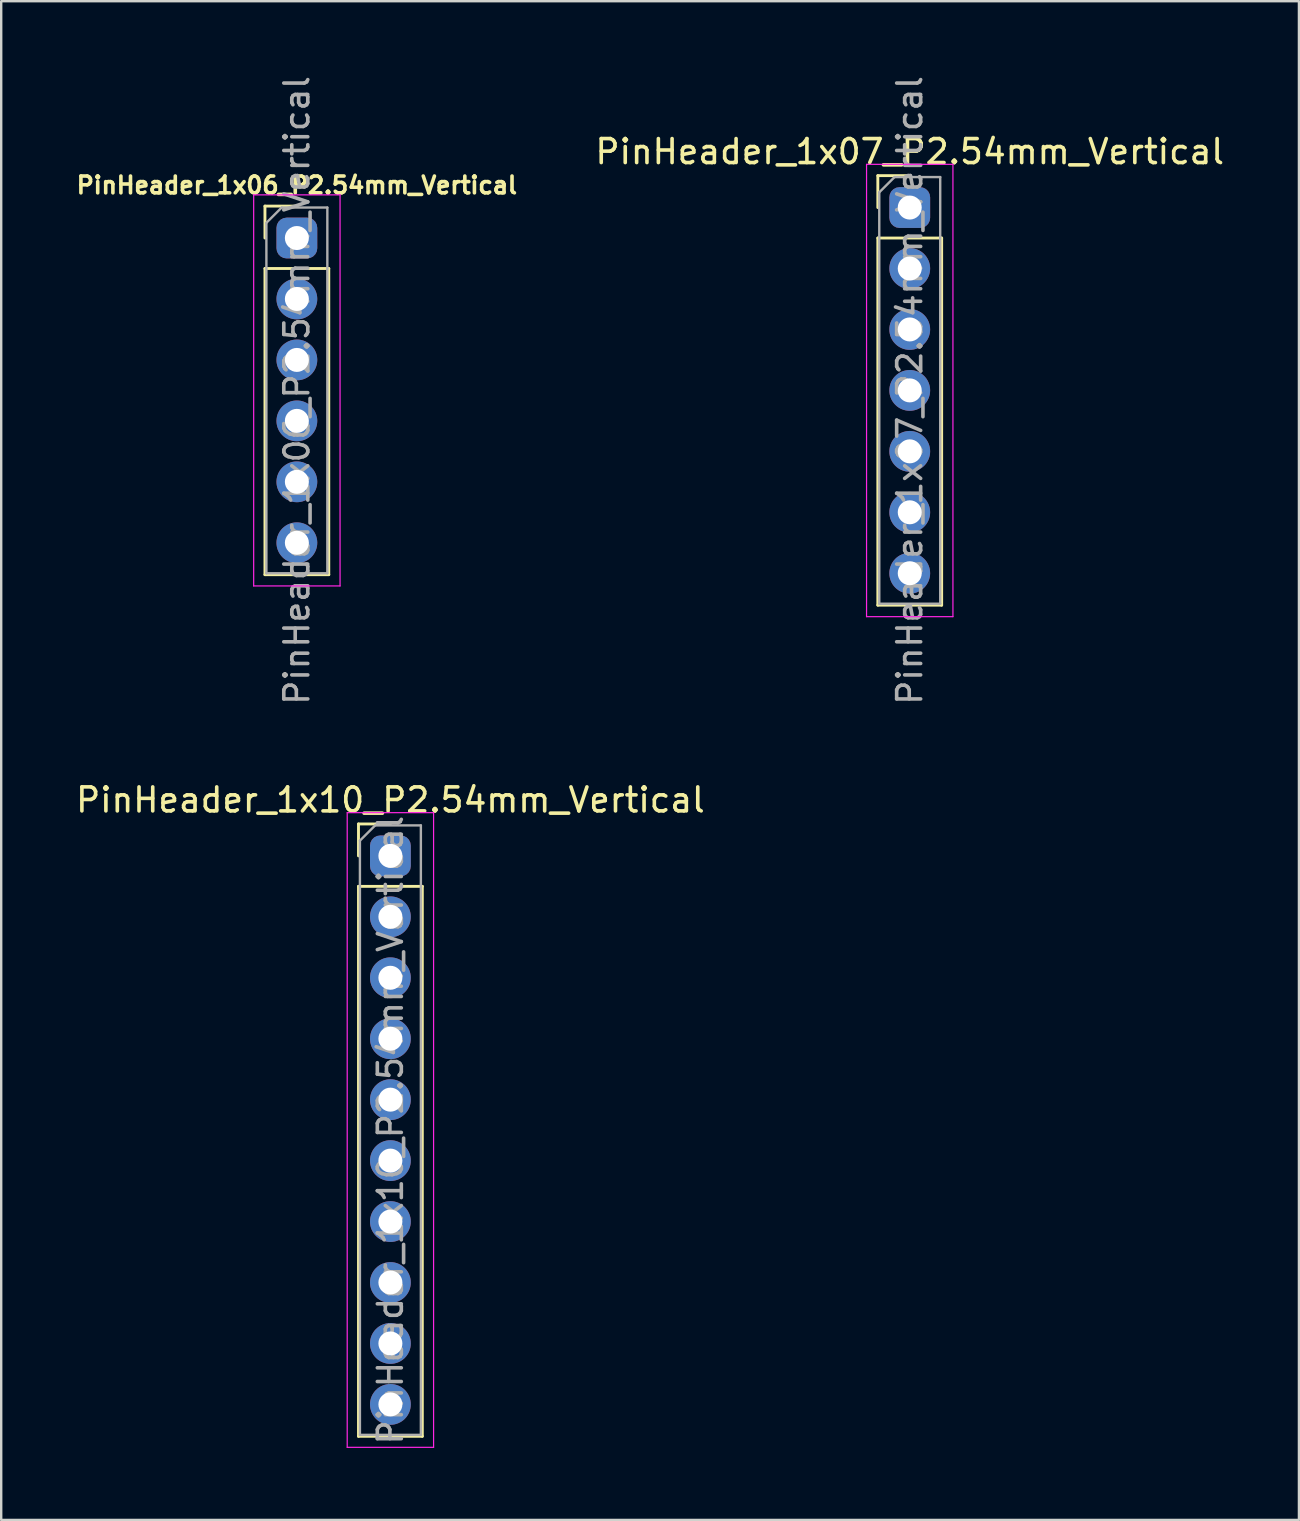
<source format=kicad_pcb>
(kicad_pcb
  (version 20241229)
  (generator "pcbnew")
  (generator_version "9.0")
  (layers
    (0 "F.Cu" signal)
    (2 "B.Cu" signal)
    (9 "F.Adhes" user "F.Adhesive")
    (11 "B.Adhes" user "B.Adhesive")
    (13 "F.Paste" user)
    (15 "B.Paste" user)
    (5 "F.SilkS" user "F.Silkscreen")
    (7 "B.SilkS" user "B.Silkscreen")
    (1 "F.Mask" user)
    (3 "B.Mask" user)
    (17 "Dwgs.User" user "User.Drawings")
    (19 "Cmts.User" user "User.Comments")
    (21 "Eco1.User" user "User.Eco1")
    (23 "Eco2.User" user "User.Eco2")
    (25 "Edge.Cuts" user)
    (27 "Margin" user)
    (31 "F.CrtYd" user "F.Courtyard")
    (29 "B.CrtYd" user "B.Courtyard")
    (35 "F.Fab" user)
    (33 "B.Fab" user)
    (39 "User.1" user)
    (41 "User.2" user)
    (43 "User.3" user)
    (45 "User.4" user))
  (footprint "PinHeader_1x06_P2.54mm_Vertical"
    (layer "F.Cu")
    (at 9.322 6.87)
    (property "Reference" "PinHeader_1x06_P2.54mm_Vertical" (at 0 -2.2 0) (layer "F.SilkS") (effects (font (size 0.7 0.7) (thickness 0.15))))
    (attr through_hole)
    (fp_line (start -1.33 -1.33) (end 0 -1.33) (stroke (width 0.12) (type solid)) (layer "F.SilkS"))
    (fp_line (start -1.33 0) (end -1.33 -1.33) (stroke (width 0.12) (type solid)) (layer "F.SilkS"))
    (fp_line (start -1.33 1.27) (end -1.33 14.03) (stroke (width 0.12) (type solid)) (layer "F.SilkS"))
    (fp_line (start -1.33 1.27) (end 1.33 1.27) (stroke (width 0.12) (type solid)) (layer "F.SilkS"))
    (fp_line (start -1.33 14.03) (end 1.33 14.03) (stroke (width 0.12) (type solid)) (layer "F.SilkS"))
    (fp_line (start 1.33 1.27) (end 1.33 14.03) (stroke (width 0.12) (type solid)) (layer "F.SilkS"))
    (fp_line (start -1.8 -1.8) (end -1.8 14.5) (stroke (width 0.05) (type solid)) (layer "F.CrtYd"))
    (fp_line (start -1.8 14.5) (end 1.8 14.5) (stroke (width 0.05) (type solid)) (layer "F.CrtYd"))
    (fp_line (start 1.8 -1.8) (end -1.8 -1.8) (stroke (width 0.05) (type solid)) (layer "F.CrtYd"))
    (fp_line (start 1.8 14.5) (end 1.8 -1.8) (stroke (width 0.05) (type solid)) (layer "F.CrtYd"))
    (fp_line (start -1.27 -0.635) (end -0.635 -1.27) (stroke (width 0.1) (type solid)) (layer "F.Fab"))
    (fp_line (start -1.27 13.97) (end -1.27 -0.635) (stroke (width 0.1) (type solid)) (layer "F.Fab"))
    (fp_line (start -0.635 -1.27) (end 1.27 -1.27) (stroke (width 0.1) (type solid)) (layer "F.Fab"))
    (fp_line (start 1.27 -1.27) (end 1.27 13.97) (stroke (width 0.1) (type solid)) (layer "F.Fab"))
    (fp_line (start 1.27 13.97) (end -1.27 13.97) (stroke (width 0.1) (type solid)) (layer "F.Fab"))
    (fp_text user "${REFERENCE}" (at 0 6.35 90) (layer "F.Fab") (effects (font (size 1 1) (thickness 0.15))))
    (pad "1" thru_hole roundrect (at 0 0) (size 1.7 1.7) (drill 1) (layers "*.Cu" "*.Mask") (roundrect_rratio 0.25))
    (pad "2" thru_hole oval (at 0 2.54) (size 1.7 1.7) (drill 1) (layers "*.Cu" "*.Mask"))
    (pad "3" thru_hole oval (at 0 5.08) (size 1.7 1.7) (drill 1) (layers "*.Cu" "*.Mask"))
    (pad "4" thru_hole oval (at 0 7.62) (size 1.7 1.7) (drill 1) (layers "*.Cu" "*.Mask"))
    (pad "5" thru_hole oval (at 0 10.16) (size 1.7 1.7) (drill 1) (layers "*.Cu" "*.Mask"))
    (pad "6" thru_hole oval (at 0 12.7) (size 1.7 1.7) (drill 1) (layers "*.Cu" "*.Mask")))
  (footprint "PinHeader_1x07_P2.54mm_Vertical"
    (layer "F.Cu")
    (at 34.864 5.6)
    (property "Reference" "PinHeader_1x07_P2.54mm_Vertical" (at 0 -2.33 0) (layer "F.SilkS") (effects (font (size 1 1) (thickness 0.15))))
    (attr through_hole)
    (fp_line (start -1.33 -1.33) (end 0 -1.33) (stroke (width 0.12) (type solid)) (layer "F.SilkS"))
    (fp_line (start -1.33 0) (end -1.33 -1.33) (stroke (width 0.12) (type solid)) (layer "F.SilkS"))
    (fp_line (start -1.33 1.27) (end -1.33 16.57) (stroke (width 0.12) (type solid)) (layer "F.SilkS"))
    (fp_line (start -1.33 1.27) (end 1.33 1.27) (stroke (width 0.12) (type solid)) (layer "F.SilkS"))
    (fp_line (start -1.33 16.57) (end 1.33 16.57) (stroke (width 0.12) (type solid)) (layer "F.SilkS"))
    (fp_line (start 1.33 1.27) (end 1.33 16.57) (stroke (width 0.12) (type solid)) (layer "F.SilkS"))
    (fp_line (start -1.8 -1.8) (end -1.8 17.05) (stroke (width 0.05) (type solid)) (layer "F.CrtYd"))
    (fp_line (start -1.8 17.05) (end 1.8 17.05) (stroke (width 0.05) (type solid)) (layer "F.CrtYd"))
    (fp_line (start 1.8 -1.8) (end -1.8 -1.8) (stroke (width 0.05) (type solid)) (layer "F.CrtYd"))
    (fp_line (start 1.8 17.05) (end 1.8 -1.8) (stroke (width 0.05) (type solid)) (layer "F.CrtYd"))
    (fp_line (start -1.27 -0.635) (end -0.635 -1.27) (stroke (width 0.1) (type solid)) (layer "F.Fab"))
    (fp_line (start -1.27 16.51) (end -1.27 -0.635) (stroke (width 0.1) (type solid)) (layer "F.Fab"))
    (fp_line (start -0.635 -1.27) (end 1.27 -1.27) (stroke (width 0.1) (type solid)) (layer "F.Fab"))
    (fp_line (start 1.27 -1.27) (end 1.27 16.51) (stroke (width 0.1) (type solid)) (layer "F.Fab"))
    (fp_line (start 1.27 16.51) (end -1.27 16.51) (stroke (width 0.1) (type solid)) (layer "F.Fab"))
    (fp_text user "${REFERENCE}" (at 0 7.62 90) (layer "F.Fab") (effects (font (size 1 1) (thickness 0.15))))
    (pad "1" thru_hole roundrect (at 0 0) (size 1.7 1.7) (drill 1) (layers "*.Cu" "*.Mask") (roundrect_rratio 0.25))
    (pad "2" thru_hole oval (at 0 2.54) (size 1.7 1.7) (drill 1) (layers "*.Cu" "*.Mask"))
    (pad "3" thru_hole oval (at 0 5.08) (size 1.7 1.7) (drill 1) (layers "*.Cu" "*.Mask"))
    (pad "4" thru_hole oval (at 0 7.62) (size 1.7 1.7) (drill 1) (layers "*.Cu" "*.Mask"))
    (pad "5" thru_hole oval (at 0 10.16) (size 1.7 1.7) (drill 1) (layers "*.Cu" "*.Mask"))
    (pad "6" thru_hole oval (at 0 12.7) (size 1.7 1.7) (drill 1) (layers "*.Cu" "*.Mask"))
    (pad "7" thru_hole oval (at 0 15.24) (size 1.7 1.7) (drill 1) (layers "*.Cu" "*.Mask")))
  (footprint "PinHeader_1x10_P2.54mm_Vertical"
    (layer "F.Cu")
    (at 13.22 44.049)
    (property "Reference" "PinHeader_1x10_P2.54mm_Vertical" (at 0 -13.76 0) (layer "F.SilkS") (effects (font (size 1 1) (thickness 0.15))))
    (attr through_hole)
    (fp_line (start -1.33 -12.76) (end 0 -12.76) (stroke (width 0.12) (type solid)) (layer "F.SilkS"))
    (fp_line (start -1.33 -11.43) (end -1.33 -12.76) (stroke (width 0.12) (type solid)) (layer "F.SilkS"))
    (fp_line (start -1.33 -10.16) (end -1.33 12.76) (stroke (width 0.12) (type solid)) (layer "F.SilkS"))
    (fp_line (start -1.33 -10.16) (end 1.33 -10.16) (stroke (width 0.12) (type solid)) (layer "F.SilkS"))
    (fp_line (start -1.33 12.76) (end 1.33 12.76) (stroke (width 0.12) (type solid)) (layer "F.SilkS"))
    (fp_line (start 1.33 -10.16) (end 1.33 12.76) (stroke (width 0.12) (type solid)) (layer "F.SilkS"))
    (fp_line (start -1.8 -13.23) (end -1.8 13.22) (stroke (width 0.05) (type solid)) (layer "F.CrtYd"))
    (fp_line (start -1.8 13.22) (end 1.8 13.22) (stroke (width 0.05) (type solid)) (layer "F.CrtYd"))
    (fp_line (start 1.8 -13.23) (end -1.8 -13.23) (stroke (width 0.05) (type solid)) (layer "F.CrtYd"))
    (fp_line (start 1.8 13.22) (end 1.8 -13.23) (stroke (width 0.05) (type solid)) (layer "F.CrtYd"))
    (fp_line (start -1.27 -12.065) (end -0.635 -12.7) (stroke (width 0.1) (type solid)) (layer "F.Fab"))
    (fp_line (start -1.27 12.7) (end -1.27 -12.065) (stroke (width 0.1) (type solid)) (layer "F.Fab"))
    (fp_line (start -0.635 -12.7) (end 1.27 -12.7) (stroke (width 0.1) (type solid)) (layer "F.Fab"))
    (fp_line (start 1.27 -12.7) (end 1.27 12.7) (stroke (width 0.1) (type solid)) (layer "F.Fab"))
    (fp_line (start 1.27 12.7) (end -1.27 12.7) (stroke (width 0.1) (type solid)) (layer "F.Fab"))
    (fp_text user "${REFERENCE}" (at 0 0 90) (layer "F.Fab") (effects (font (size 1 1) (thickness 0.15))))
    (pad "1" thru_hole roundrect (at 0 -11.43) (size 1.7 1.7) (drill 1) (layers "*.Cu" "*.Mask") (roundrect_rratio 0.25))
    (pad "2" thru_hole oval (at 0 -8.89) (size 1.7 1.7) (drill 1) (layers "*.Cu" "*.Mask"))
    (pad "3" thru_hole oval (at 0 -6.35) (size 1.7 1.7) (drill 1) (layers "*.Cu" "*.Mask"))
    (pad "4" thru_hole oval (at 0 -3.81) (size 1.7 1.7) (drill 1) (layers "*.Cu" "*.Mask"))
    (pad "5" thru_hole oval (at 0 -1.27) (size 1.7 1.7) (drill 1) (layers "*.Cu" "*.Mask"))
    (pad "6" thru_hole oval (at 0 1.27) (size 1.7 1.7) (drill 1) (layers "*.Cu" "*.Mask"))
    (pad "7" thru_hole oval (at 0 3.81) (size 1.7 1.7) (drill 1) (layers "*.Cu" "*.Mask"))
    (pad "8" thru_hole oval (at 0 6.35) (size 1.7 1.7) (drill 1) (layers "*.Cu" "*.Mask"))
    (pad "9" thru_hole oval (at 0 8.89) (size 1.7 1.7) (drill 1) (layers "*.Cu" "*.Mask"))
    (pad "10" thru_hole oval (at 0 11.43) (size 1.7 1.7) (drill 1) (layers "*.Cu" "*.Mask")))
  (gr_rect
    (start -3 -3)
    (end 51.084 60.294)
    (stroke (width 0.1) (type default))
    (fill no)
    (layer "Edge.Cuts")))
</source>
